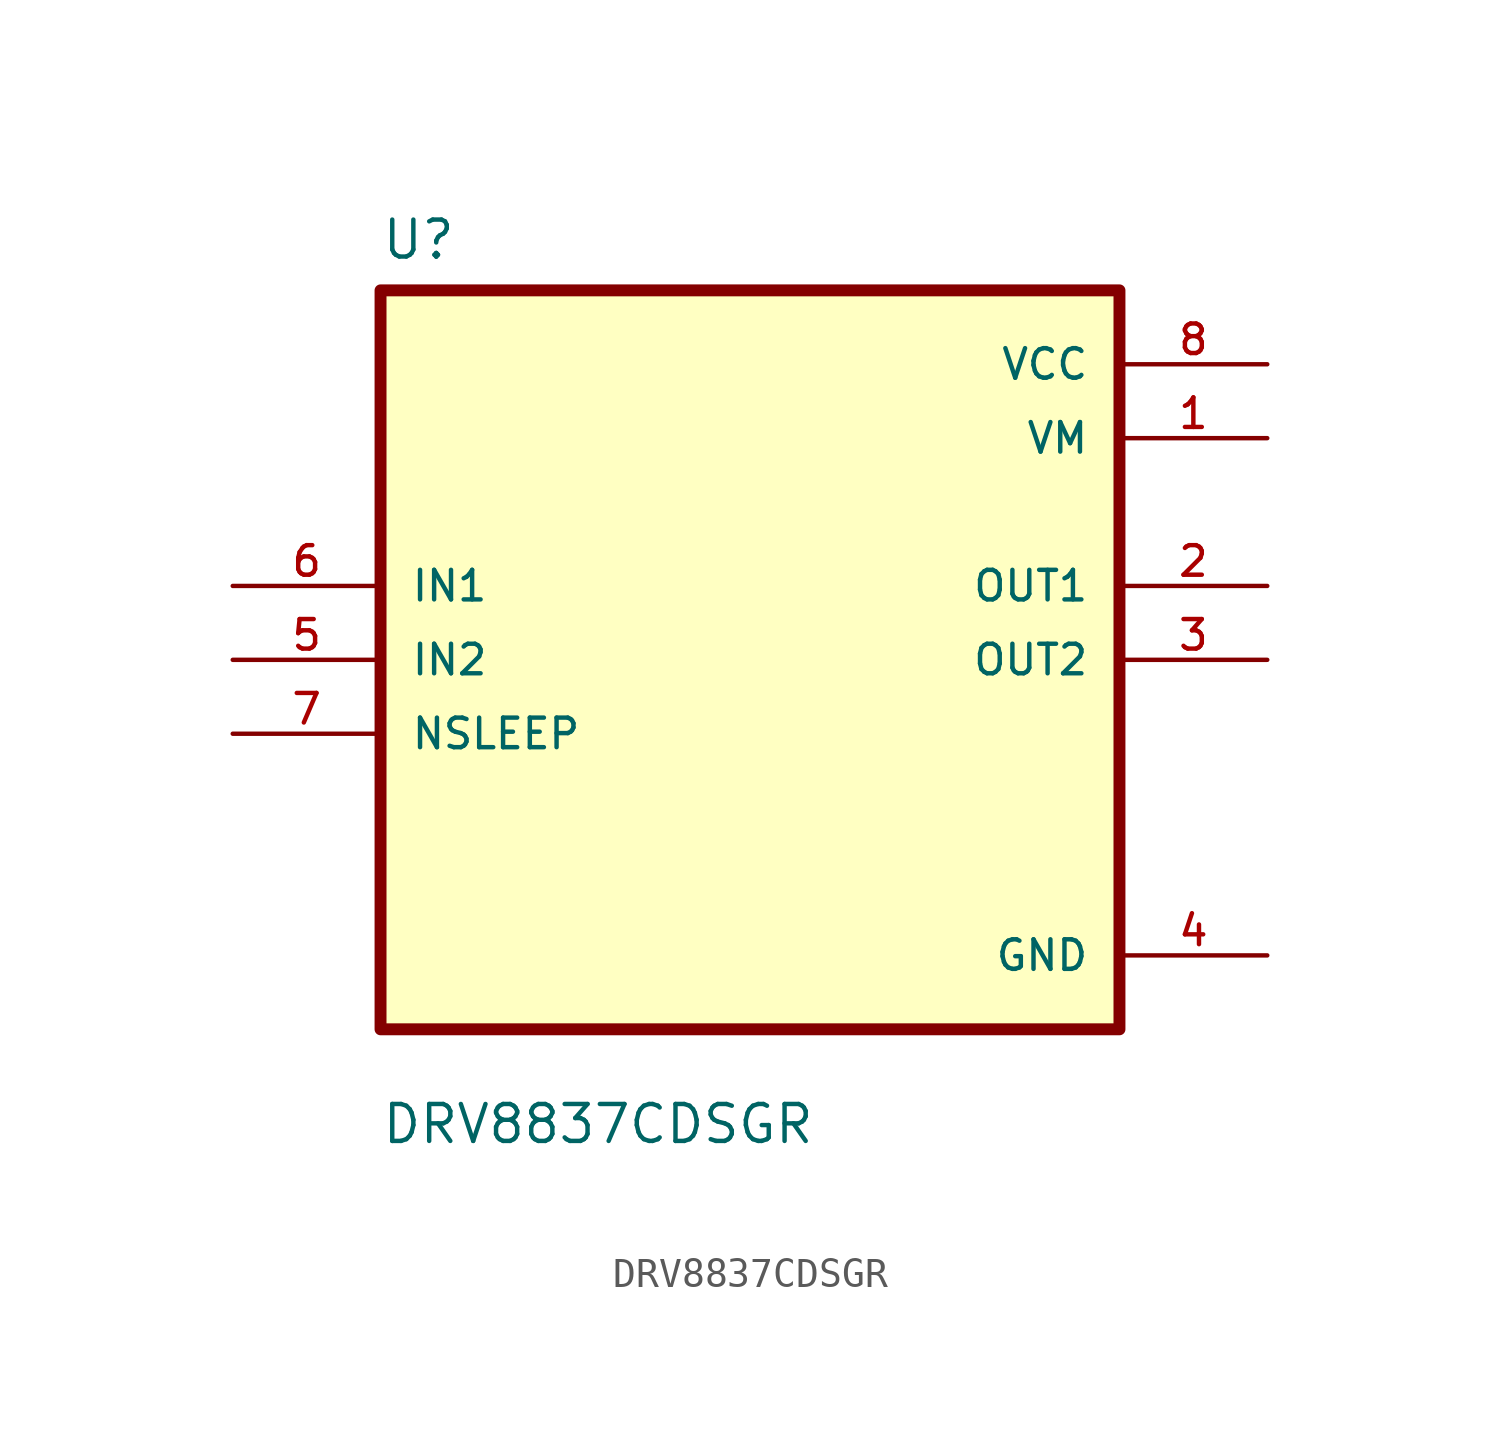
<source format=kicad_sym>
(kicad_symbol_lib
  (version 20211014)
  (generator kicad_symbol_editor)
  (symbol "DRV8837CDSGR"
    (pin_names
      (offset 1.016))
    (property "Reference" "U"
      (at -12.7 13.7 0.0)
      (effects (font (size 1.27 1.27)) (justify bottom left)))
    (property "Value" "DRV8837CDSGR"
      (at -12.7 -16.7 0.0)
      (effects (font (size 1.27 1.27)) (justify bottom left)))
    (symbol "DRV8837CDSGR_0_0"
      (rectangle (start -12.7 -12.7) (end 12.7 12.7) (stroke (width 0.41)) (fill (type background)))
      (pin input line (at -17.78 2.54 0) (length 5.08) (name "IN1" (effects (font (size 1.016 1.016)))) (number "6" (effects (font (size 1.016 1.016)))))
      (pin input line (at -17.78 -8.88178e-16 0) (length 5.08) (name "IN2" (effects (font (size 1.016 1.016)))) (number "5" (effects (font (size 1.016 1.016)))))
      (pin input line (at -17.78 -2.54 0) (length 5.08) (name "NSLEEP" (effects (font (size 1.016 1.016)))) (number "7" (effects (font (size 1.016 1.016)))))
      (pin power_in line (at 17.78 10.16 180.0) (length 5.08) (name "VCC" (effects (font (size 1.016 1.016)))) (number "8" (effects (font (size 1.016 1.016)))))
      (pin power_in line (at 17.78 7.62 180.0) (length 5.08) (name "VM" (effects (font (size 1.016 1.016)))) (number "1" (effects (font (size 1.016 1.016)))))
      (pin output line (at 17.78 2.54 180.0) (length 5.08) (name "OUT1" (effects (font (size 1.016 1.016)))) (number "2" (effects (font (size 1.016 1.016)))))
      (pin output line (at 17.78 0.0 180.0) (length 5.08) (name "OUT2" (effects (font (size 1.016 1.016)))) (number "3" (effects (font (size 1.016 1.016)))))
      (pin power_in line (at 17.78 -10.16 180.0) (length 5.08) (name "GND" (effects (font (size 1.016 1.016)))) (number "4" (effects (font (size 1.016 1.016))))))))
</source>
